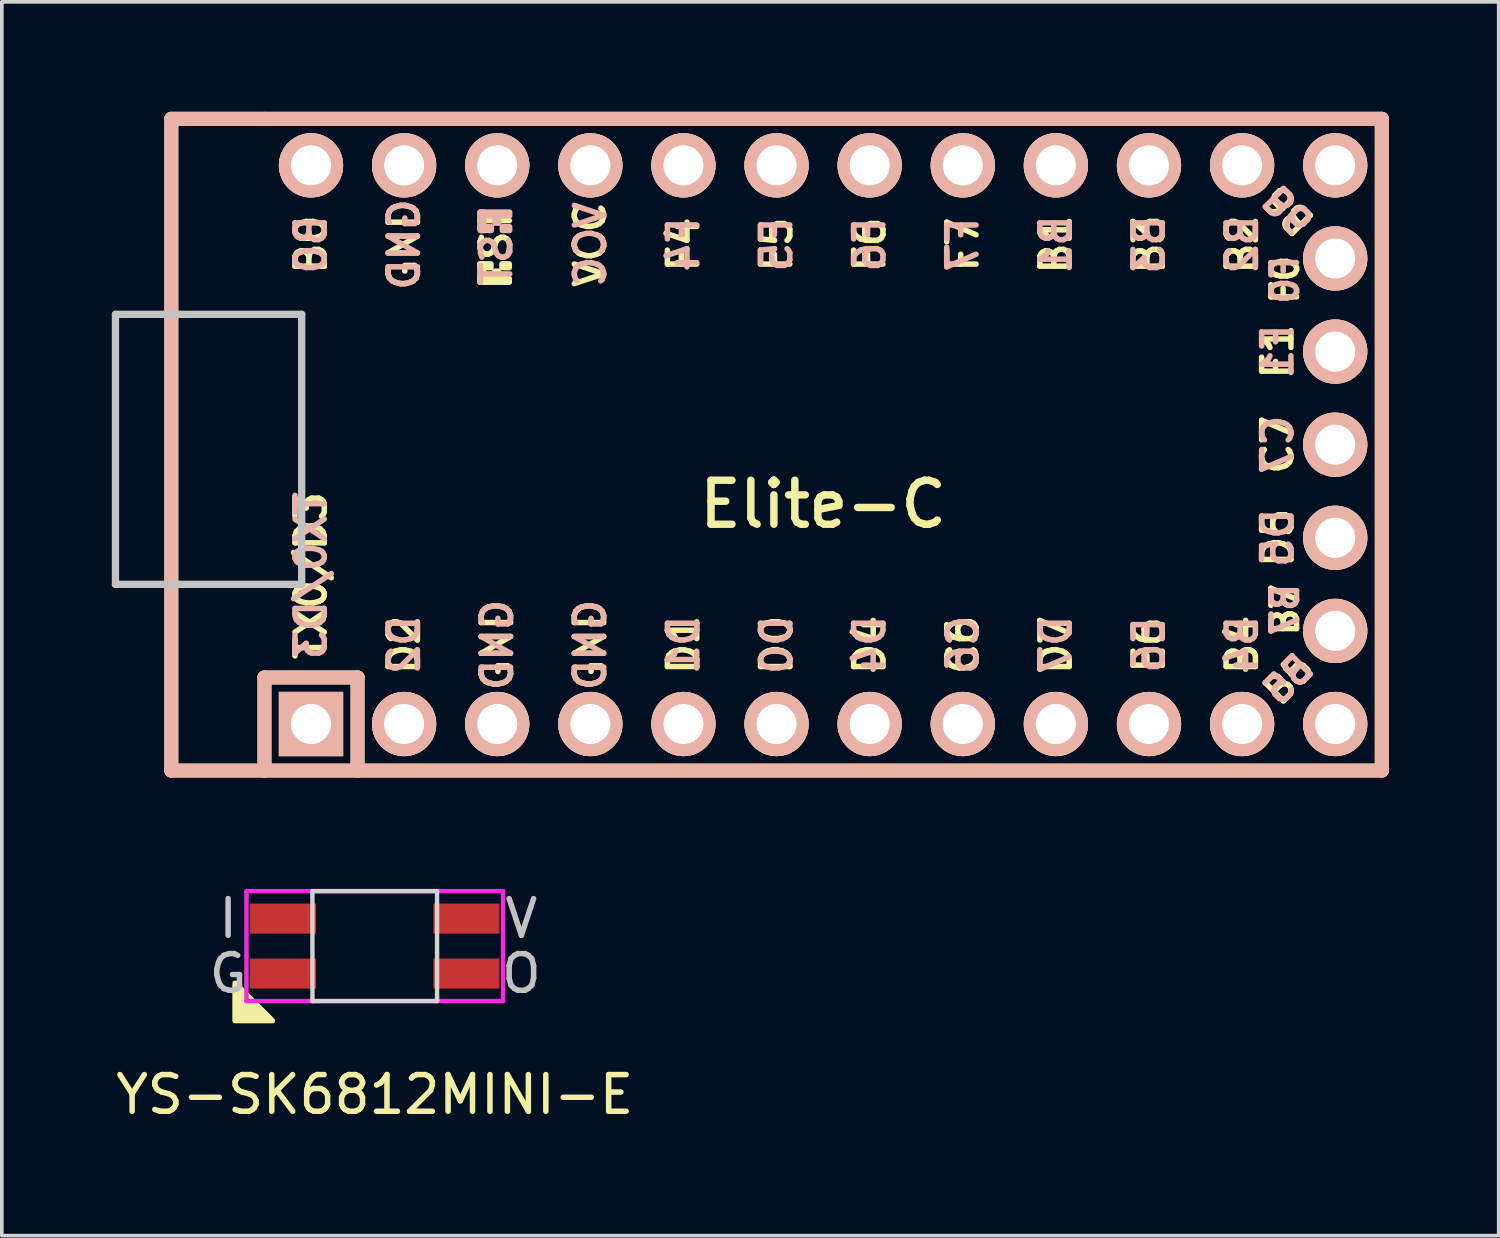
<source format=kicad_pcb>
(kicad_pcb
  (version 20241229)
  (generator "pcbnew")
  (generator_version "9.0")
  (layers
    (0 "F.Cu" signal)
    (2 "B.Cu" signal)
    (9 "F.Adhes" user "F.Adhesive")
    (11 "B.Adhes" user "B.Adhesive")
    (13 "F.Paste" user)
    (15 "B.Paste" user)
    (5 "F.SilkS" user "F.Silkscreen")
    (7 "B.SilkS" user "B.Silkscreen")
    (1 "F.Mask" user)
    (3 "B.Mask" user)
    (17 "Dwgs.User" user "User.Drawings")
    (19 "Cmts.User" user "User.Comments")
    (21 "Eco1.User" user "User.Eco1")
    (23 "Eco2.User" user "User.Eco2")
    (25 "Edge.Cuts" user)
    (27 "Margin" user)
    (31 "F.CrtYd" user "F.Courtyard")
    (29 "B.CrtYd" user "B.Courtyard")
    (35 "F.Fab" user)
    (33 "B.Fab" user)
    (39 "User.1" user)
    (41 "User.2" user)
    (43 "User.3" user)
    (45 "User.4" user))
  (footprint "Elite-C"
    (layer "F.Cu")
    (at 19.404 9.081)
    (property "Reference" "Elite-C" (at 0 1.625 0) (layer "F.SilkS") (effects (font (size 1.2 1.2) (thickness 0.203))))
    (attr through_hole)
    (fp_line (start -17.78 -8.89) (end -17.78 8.89) (stroke (width 0.381) (type solid)) (layer "F.SilkS"))
    (fp_line (start -17.78 8.89) (end -15.24 8.89) (stroke (width 0.381) (type solid)) (layer "F.SilkS"))
    (fp_line (start -15.24 -8.89) (end -17.78 -8.89) (stroke (width 0.381) (type solid)) (layer "F.SilkS"))
    (fp_line (start -15.24 6.35) (end -15.24 8.89) (stroke (width 0.381) (type solid)) (layer "F.SilkS"))
    (fp_line (start -15.24 6.35) (end -12.7 6.35) (stroke (width 0.381) (type solid)) (layer "F.SilkS"))
    (fp_line (start -15.24 8.89) (end 15.24 8.89) (stroke (width 0.381) (type solid)) (layer "F.SilkS"))
    (fp_line (start -12.7 6.35) (end -12.7 8.89) (stroke (width 0.381) (type solid)) (layer "F.SilkS"))
    (fp_line (start 15.24 -8.89) (end -15.24 -8.89) (stroke (width 0.381) (type solid)) (layer "F.SilkS"))
    (fp_line (start 15.24 8.89) (end 15.24 -8.89) (stroke (width 0.381) (type solid)) (layer "F.SilkS"))
    (fp_poly (pts (xy -9.361 -4.932) (xy -9.261 -4.932) (xy -9.261 -4.432) (xy -9.361 -4.432)) (stroke (width 0.15) (type solid)) (fill yes) (layer "F.SilkS"))
    (fp_poly (pts (xy -9.361 -4.932) (xy -9.061 -4.932) (xy -9.061 -4.832) (xy -9.361 -4.832)) (stroke (width 0.15) (type solid)) (fill yes) (layer "F.SilkS"))
    (fp_poly (pts (xy -9.361 -4.532) (xy -8.561 -4.532) (xy -8.561 -4.432) (xy -9.361 -4.432)) (stroke (width 0.15) (type solid)) (fill yes) (layer "F.SilkS"))
    (fp_poly (pts (xy -8.961 -4.732) (xy -8.861 -4.732) (xy -8.861 -4.632) (xy -8.961 -4.632)) (stroke (width 0.15) (type solid)) (fill yes) (layer "F.SilkS"))
    (fp_poly (pts (xy -8.761 -4.932) (xy -8.561 -4.932) (xy -8.561 -4.832) (xy -8.761 -4.832)) (stroke (width 0.15) (type solid)) (fill yes) (layer "F.SilkS"))
    (fp_line (start -17.78 -8.89) (end -17.78 8.89) (stroke (width 0.381) (type solid)) (layer "B.SilkS"))
    (fp_line (start -17.78 8.89) (end 15.24 8.89) (stroke (width 0.381) (type solid)) (layer "B.SilkS"))
    (fp_line (start -15.24 6.35) (end -15.24 8.89) (stroke (width 0.381) (type solid)) (layer "B.SilkS"))
    (fp_line (start -15.24 6.35) (end -12.7 6.35) (stroke (width 0.381) (type solid)) (layer "B.SilkS"))
    (fp_line (start -12.7 6.35) (end -12.7 8.89) (stroke (width 0.381) (type solid)) (layer "B.SilkS"))
    (fp_line (start 15.24 -8.89) (end -17.78 -8.89) (stroke (width 0.381) (type solid)) (layer "B.SilkS"))
    (fp_line (start 15.24 8.89) (end 15.24 -8.89) (stroke (width 0.381) (type solid)) (layer "B.SilkS"))
    (fp_poly (pts (xy -9.351 -6.245) (xy -8.551 -6.245) (xy -8.551 -6.345) (xy -9.351 -6.345)) (stroke (width 0.15) (type solid)) (fill yes) (layer "B.SilkS"))
    (fp_poly (pts (xy -9.351 -5.845) (xy -9.251 -5.845) (xy -9.251 -6.345) (xy -9.351 -6.345)) (stroke (width 0.15) (type solid)) (fill yes) (layer "B.SilkS"))
    (fp_poly (pts (xy -9.351 -5.845) (xy -9.051 -5.845) (xy -9.051 -5.945) (xy -9.351 -5.945)) (stroke (width 0.15) (type solid)) (fill yes) (layer "B.SilkS"))
    (fp_poly (pts (xy -8.951 -6.045) (xy -8.851 -6.045) (xy -8.851 -6.145) (xy -8.951 -6.145)) (stroke (width 0.15) (type solid)) (fill yes) (layer "B.SilkS"))
    (fp_poly (pts (xy -8.751 -5.845) (xy -8.551 -5.845) (xy -8.551 -5.945) (xy -8.751 -5.945)) (stroke (width 0.15) (type solid)) (fill yes) (layer "B.SilkS"))
    (fp_line (start -19.304 -3.556) (end -14.224 -3.556) (stroke (width 0.2) (type solid)) (layer "Dwgs.User"))
    (fp_line (start -19.304 3.81) (end -19.304 -3.556) (stroke (width 0.2) (type solid)) (layer "Dwgs.User"))
    (fp_line (start -14.224 -3.556) (end -14.224 3.81) (stroke (width 0.2) (type solid)) (layer "Dwgs.User"))
    (fp_line (start -14.224 3.81) (end -19.304 3.81) (stroke (width 0.2) (type solid)) (layer "Dwgs.User"))
    (fp_text user "TX0/D3" (at -13.97 3.572 90) (layer "F.SilkS") (effects (font (size 0.8 0.8) (thickness 0.15))))
    (fp_text user "B0" (at -13.97 -5.461 90) (layer "F.SilkS") (effects (font (size 0.8 0.8) (thickness 0.15))))
    (fp_text user "F1" (at 12.4 -2.54 90) (layer "F.SilkS") (effects (font (size 0.8 0.8) (thickness 0.15))))
    (fp_text user "B3" (at 8.89 -5.461 90) (layer "F.SilkS") (effects (font (size 0.8 0.8) (thickness 0.15))))
    (fp_text user "GND" (at -6.35 5.461 90) (layer "F.SilkS") (effects (font (size 0.8 0.8) (thickness 0.15))))
    (fp_text user "F4" (at -3.81 -5.461 90) (layer "F.SilkS") (effects (font (size 0.8 0.8) (thickness 0.15))))
    (fp_text user "B6" (at 12.7 -6.4 135) (unlocked yes) (layer "F.SilkS") (effects (font (size 0.7 0.7) (thickness 0.15))))
    (fp_text user "B2" (at 11.43 -5.461 90) (layer "F.SilkS") (effects (font (size 0.8 0.8) (thickness 0.15))))
    (fp_text user "ST" (at -8.92 -5.733 90) (layer "F.SilkS") (effects (font (size 0.8 0.8) (thickness 0.15))))
    (fp_text user "D7" (at 6.35 5.461 90) (layer "F.SilkS") (effects (font (size 0.8 0.8) (thickness 0.15))))
    (fp_text user "B7" (at 12.6 4.5 90) (layer "F.SilkS") (effects (font (size 0.7 0.7) (thickness 0.15))))
    (fp_text user "D2" (at -11.43 5.461 90) (layer "F.SilkS") (effects (font (size 0.8 0.8) (thickness 0.15))))
    (fp_text user "F5" (at -1.27 -5.461 90) (layer "F.SilkS") (effects (font (size 0.8 0.8) (thickness 0.15))))
    (fp_text user "GND" (at -8.89 5.461 90) (layer "F.SilkS") (effects (font (size 0.8 0.8) (thickness 0.15))))
    (fp_text user "F6" (at 1.27 -5.461 90) (layer "F.SilkS") (effects (font (size 0.8 0.8) (thickness 0.15))))
    (fp_text user "F7" (at 3.81 -5.461 90) (layer "F.SilkS") (effects (font (size 0.8 0.8) (thickness 0.15))))
    (fp_text user "D0" (at -1.27 5.461 90) (layer "F.SilkS") (effects (font (size 0.8 0.8) (thickness 0.15))))
    (fp_text user "D4" (at 1.27 5.461 90) (layer "F.SilkS") (effects (font (size 0.8 0.8) (thickness 0.15))))
    (fp_text user "C7" (at 12.4 0 90) (layer "F.SilkS") (effects (font (size 0.8 0.8) (thickness 0.15))))
    (fp_text user "E6" (at 8.89 5.461 90) (layer "F.SilkS") (effects (font (size 0.8 0.8) (thickness 0.15))))
    (fp_text user "F0" (at 12.6 -4.5 90) (layer "F.SilkS") (effects (font (size 0.7 0.7) (thickness 0.15))))
    (fp_text user "C6" (at 3.81 5.461 90) (layer "F.SilkS") (effects (font (size 0.8 0.8) (thickness 0.15))))
    (fp_text user "B1" (at 6.35 -5.461 90) (layer "F.SilkS") (effects (font (size 0.8 0.8) (thickness 0.15))))
    (fp_text user "B4" (at 11.43 5.461 90) (layer "F.SilkS") (effects (font (size 0.8 0.8) (thickness 0.15))))
    (fp_text user "VCC" (at -6.35 -5.461 90) (layer "F.SilkS") (effects (font (size 0.8 0.8) (thickness 0.15))))
    (fp_text user "D1" (at -3.81 5.461 90) (layer "F.SilkS") (effects (font (size 0.8 0.8) (thickness 0.15))))
    (fp_text user "D5" (at 12.4 2.54 90) (layer "F.SilkS") (effects (font (size 0.8 0.8) (thickness 0.15))))
    (fp_text user "B5" (at 12.7 6.4 45) (layer "F.SilkS") (effects (font (size 0.7 0.7) (thickness 0.15))))
    (fp_text user "GND" (at -11.43 -5.461 90) (layer "F.SilkS") (effects (font (size 0.8 0.8) (thickness 0.15))))
    (fp_text user "D4" (at 1.27 5.461 90) (layer "B.SilkS") (effects (font (size 0.8 0.8) (thickness 0.15)) (justify mirror)))
    (fp_text user "D7" (at 6.35 5.461 90) (layer "B.SilkS") (effects (font (size 0.8 0.8) (thickness 0.15)) (justify mirror)))
    (fp_text user "F7" (at 3.81 -5.461 90) (layer "B.SilkS") (effects (font (size 0.8 0.8) (thickness 0.15)) (justify mirror)))
    (fp_text user "B7" (at 12.6 4.5 90) (layer "B.SilkS") (effects (font (size 0.7 0.7) (thickness 0.15)) (justify mirror)))
    (fp_text user "B4" (at 11.43 5.461 90) (layer "B.SilkS") (effects (font (size 0.8 0.8) (thickness 0.15)) (justify mirror)))
    (fp_text user "C7" (at 12.4 0 90) (layer "B.SilkS") (effects (font (size 0.8 0.8) (thickness 0.15)) (justify mirror)))
    (fp_text user "F4" (at -3.81 -5.461 90) (layer "B.SilkS") (effects (font (size 0.8 0.8) (thickness 0.15)) (justify mirror)))
    (fp_text user "B3" (at 8.89 -5.461 90) (layer "B.SilkS") (effects (font (size 0.8 0.8) (thickness 0.15)) (justify mirror)))
    (fp_text user "B2" (at 11.43 -5.461 90) (layer "B.SilkS") (effects (font (size 0.8 0.8) (thickness 0.15)) (justify mirror)))
    (fp_text user "F1" (at 12.4 -2.54 90) (layer "B.SilkS") (effects (font (size 0.8 0.8) (thickness 0.15)) (justify mirror)))
    (fp_text user "D2" (at -11.43 5.461 90) (layer "B.SilkS") (effects (font (size 0.8 0.8) (thickness 0.15)) (justify mirror)))
    (fp_text user "B0" (at -13.97 -5.461 90) (layer "B.SilkS") (effects (font (size 0.8 0.8) (thickness 0.15)) (justify mirror)))
    (fp_text user "D1" (at -3.81 5.461 90) (layer "B.SilkS") (effects (font (size 0.8 0.8) (thickness 0.15)) (justify mirror)))
    (fp_text user "B5" (at 12.7 6.4 45) (layer "B.SilkS") (effects (font (size 0.7 0.7) (thickness 0.15)) (justify mirror)))
    (fp_text user "ST" (at -8.91 -5.04 90) (layer "B.SilkS") (effects (font (size 0.8 0.8) (thickness 0.15)) (justify mirror)))
    (fp_text user "E6" (at 8.89 5.461 90) (layer "B.SilkS") (effects (font (size 0.8 0.8) (thickness 0.15)) (justify mirror)))
    (fp_text user "B6" (at 12.7 -6.4 135) (unlocked yes) (layer "B.SilkS") (effects (font (size 0.7 0.7) (thickness 0.15)) (justify mirror)))
    (fp_text user "GND" (at -8.89 5.461 90) (layer "B.SilkS") (effects (font (size 0.8 0.8) (thickness 0.15)) (justify mirror)))
    (fp_text user "VCC" (at -6.35 -5.461 90) (layer "B.SilkS") (effects (font (size 0.8 0.8) (thickness 0.15)) (justify mirror)))
    (fp_text user "F6" (at 1.27 -5.461 90) (layer "B.SilkS") (effects (font (size 0.8 0.8) (thickness 0.15)) (justify mirror)))
    (fp_text user "GND" (at -6.35 5.461 90) (layer "B.SilkS") (effects (font (size 0.8 0.8) (thickness 0.15)) (justify mirror)))
    (fp_text user "F0" (at 12.6 -4.5 90) (layer "B.SilkS") (effects (font (size 0.7 0.7) (thickness 0.15)) (justify mirror)))
    (fp_text user "F5" (at -1.27 -5.461 90) (layer "B.SilkS") (effects (font (size 0.8 0.8) (thickness 0.15)) (justify mirror)))
    (fp_text user "D0" (at -1.27 5.461 90) (layer "B.SilkS") (effects (font (size 0.8 0.8) (thickness 0.15)) (justify mirror)))
    (fp_text user "B1" (at 6.35 -5.461 90) (layer "B.SilkS") (effects (font (size 0.8 0.8) (thickness 0.15)) (justify mirror)))
    (fp_text user "D5" (at 12.4 2.54 90) (layer "B.SilkS") (effects (font (size 0.8 0.8) (thickness 0.15)) (justify mirror)))
    (fp_text user "GND" (at -11.43 -5.461 90) (layer "B.SilkS") (effects (font (size 0.8 0.8) (thickness 0.15)) (justify mirror)))
    (fp_text user "TX0/D3" (at -13.97 3.572 90) (layer "B.SilkS") (effects (font (size 0.8 0.8) (thickness 0.15)) (justify mirror)))
    (fp_text user "C6" (at 3.81 5.461 90) (layer "B.SilkS") (effects (font (size 0.8 0.8) (thickness 0.15)) (justify mirror)))
    (pad "1" thru_hole rect (at -13.97 7.62) (size 1.753 1.753) (drill 1.092) (layers "*.Cu" "*.SilkS" "*.Mask"))
    (pad "2" thru_hole circle (at -11.43 7.62) (size 1.753 1.753) (drill 1.092) (layers "*.Cu" "*.SilkS" "*.Mask"))
    (pad "3" thru_hole circle (at -8.89 7.62) (size 1.753 1.753) (drill 1.092) (layers "*.Cu" "*.SilkS" "*.Mask"))
    (pad "4" thru_hole circle (at -6.35 7.62) (size 1.753 1.753) (drill 1.092) (layers "*.Cu" "*.SilkS" "*.Mask"))
    (pad "5" thru_hole circle (at -3.81 7.62) (size 1.753 1.753) (drill 1.092) (layers "*.Cu" "*.SilkS" "*.Mask"))
    (pad "6" thru_hole circle (at -1.27 7.62) (size 1.753 1.753) (drill 1.092) (layers "*.Cu" "*.SilkS" "*.Mask"))
    (pad "7" thru_hole circle (at 1.27 7.62) (size 1.753 1.753) (drill 1.092) (layers "*.Cu" "*.SilkS" "*.Mask"))
    (pad "8" thru_hole circle (at 3.81 7.62) (size 1.753 1.753) (drill 1.092) (layers "*.Cu" "*.SilkS" "*.Mask"))
    (pad "9" thru_hole circle (at 6.35 7.62) (size 1.753 1.753) (drill 1.092) (layers "*.Cu" "*.SilkS" "*.Mask"))
    (pad "10" thru_hole circle (at 8.89 7.62) (size 1.753 1.753) (drill 1.092) (layers "*.Cu" "*.SilkS" "*.Mask"))
    (pad "11" thru_hole circle (at 11.43 7.62) (size 1.753 1.753) (drill 1.092) (layers "*.Cu" "*.SilkS" "*.Mask"))
    (pad "12" thru_hole circle (at 13.97 7.62) (size 1.753 1.753) (drill 1.092) (layers "*.Cu" "*.SilkS" "*.Mask"))
    (pad "13" thru_hole circle (at 13.97 -7.62) (size 1.753 1.753) (drill 1.092) (layers "*.Cu" "*.SilkS" "*.Mask"))
    (pad "14" thru_hole circle (at 11.43 -7.62) (size 1.753 1.753) (drill 1.092) (layers "*.Cu" "*.SilkS" "*.Mask"))
    (pad "15" thru_hole circle (at 8.89 -7.62) (size 1.753 1.753) (drill 1.092) (layers "*.Cu" "*.SilkS" "*.Mask"))
    (pad "16" thru_hole circle (at 6.35 -7.62) (size 1.753 1.753) (drill 1.092) (layers "*.Cu" "*.SilkS" "*.Mask"))
    (pad "17" thru_hole circle (at 3.81 -7.62) (size 1.753 1.753) (drill 1.092) (layers "*.Cu" "*.SilkS" "*.Mask"))
    (pad "18" thru_hole circle (at 1.27 -7.62) (size 1.753 1.753) (drill 1.092) (layers "*.Cu" "*.SilkS" "*.Mask"))
    (pad "19" thru_hole circle (at -1.27 -7.62) (size 1.753 1.753) (drill 1.092) (layers "*.Cu" "*.SilkS" "*.Mask"))
    (pad "20" thru_hole circle (at -3.81 -7.62) (size 1.753 1.753) (drill 1.092) (layers "*.Cu" "*.SilkS" "*.Mask"))
    (pad "21" thru_hole circle (at -6.35 -7.62) (size 1.753 1.753) (drill 1.092) (layers "*.Cu" "*.SilkS" "*.Mask"))
    (pad "22" thru_hole circle (at -8.89 -7.62) (size 1.753 1.753) (drill 1.092) (layers "*.Cu" "*.SilkS" "*.Mask"))
    (pad "23" thru_hole circle (at -11.43 -7.62) (size 1.753 1.753) (drill 1.092) (layers "*.Cu" "*.SilkS" "*.Mask"))
    (pad "24" thru_hole circle (at -13.97 -7.62) (size 1.753 1.753) (drill 1.092) (layers "*.Cu" "*.SilkS" "*.Mask"))
    (pad "25" thru_hole circle (at 13.97 5.08) (size 1.753 1.753) (drill 1.092) (layers "*.Cu" "*.SilkS" "*.Mask"))
    (pad "26" thru_hole circle (at 13.97 2.54) (size 1.753 1.753) (drill 1.092) (layers "*.Cu" "*.SilkS" "*.Mask"))
    (pad "27" thru_hole circle (at 13.97 0) (size 1.753 1.753) (drill 1.092) (layers "*.Cu" "*.SilkS" "*.Mask"))
    (pad "28" thru_hole circle (at 13.97 -2.54) (size 1.753 1.753) (drill 1.092) (layers "*.Cu" "*.SilkS" "*.Mask"))
    (pad "29" thru_hole circle (at 13.97 -5.08) (size 1.753 1.753) (drill 1.092) (layers "*.Cu" "*.SilkS" "*.Mask")))
  (footprint "YS-SK6812MINI-E"
    (layer "F.Cu")
    (at 7.173 22.759)
    (property "Reference" "YS-SK6812MINI-E" (at 0 4.05 0) (layer "F.SilkS") (effects (font (size 1 1) (thickness 0.15))))
    (attr through_hole)
    (fp_poly (pts (xy -3.81 1.016) (xy -2.794 2.032) (xy -3.81 2.032)) (stroke (width 0.15) (type solid)) (fill yes) (layer "F.SilkS"))
    (fp_line (start -1.7 -1.5) (end -1.7 1.5) (stroke (width 0.12) (type solid)) (layer "Edge.Cuts"))
    (fp_line (start -1.7 1.5) (end 1.7 1.5) (stroke (width 0.12) (type solid)) (layer "Edge.Cuts"))
    (fp_line (start 1.7 -1.5) (end -1.7 -1.5) (stroke (width 0.12) (type solid)) (layer "Edge.Cuts"))
    (fp_line (start 1.7 1.5) (end 1.7 -1.5) (stroke (width 0.12) (type solid)) (layer "Edge.Cuts"))
    (fp_line (start -3.5 -1.5) (end -3.5 1.5) (stroke (width 0.12) (type solid)) (layer "F.CrtYd"))
    (fp_line (start -3.5 1.5) (end 3.5 1.5) (stroke (width 0.12) (type solid)) (layer "F.CrtYd"))
    (fp_line (start 3.5 -1.5) (end -3.5 -1.5) (stroke (width 0.12) (type solid)) (layer "F.CrtYd"))
    (fp_line (start 3.5 1.5) (end 3.5 -1.5) (stroke (width 0.12) (type solid)) (layer "F.CrtYd"))
    (fp_text user "V" (at 4 -0.75 0) (layer "Dwgs.User") (effects (font (size 1 1) (thickness 0.15))))
    (fp_text user "O" (at 4 0.75 0) (layer "Dwgs.User") (effects (font (size 1 1) (thickness 0.15))))
    (fp_text user "G" (at -4 0.75 0) (layer "Dwgs.User") (effects (font (size 1 1) (thickness 0.15))))
    (fp_text user "I" (at -4 -0.75 0) (layer "Dwgs.User") (effects (font (size 1 1) (thickness 0.15))))
    (pad "1" smd rect (at 2.5 -0.75) (size 1.8 0.82) (layers "F.Cu" "F.Mask" "F.Paste"))
    (pad "2" smd rect (at 2.5 0.75) (size 1.8 0.82) (layers "F.Cu" "F.Mask" "F.Paste"))
    (pad "3" smd rect (at -2.5 0.75) (size 1.8 0.82) (layers "F.Cu" "F.Mask" "F.Paste"))
    (pad "4" smd rect (at -2.5 -0.75) (size 1.8 0.82) (layers "F.Cu" "F.Mask" "F.Paste")))
  (gr_rect
    (start -3 -3)
    (end 37.834 30.657)
    (stroke (width 0.1) (type default))
    (fill no)
    (layer "Edge.Cuts")))
</source>
